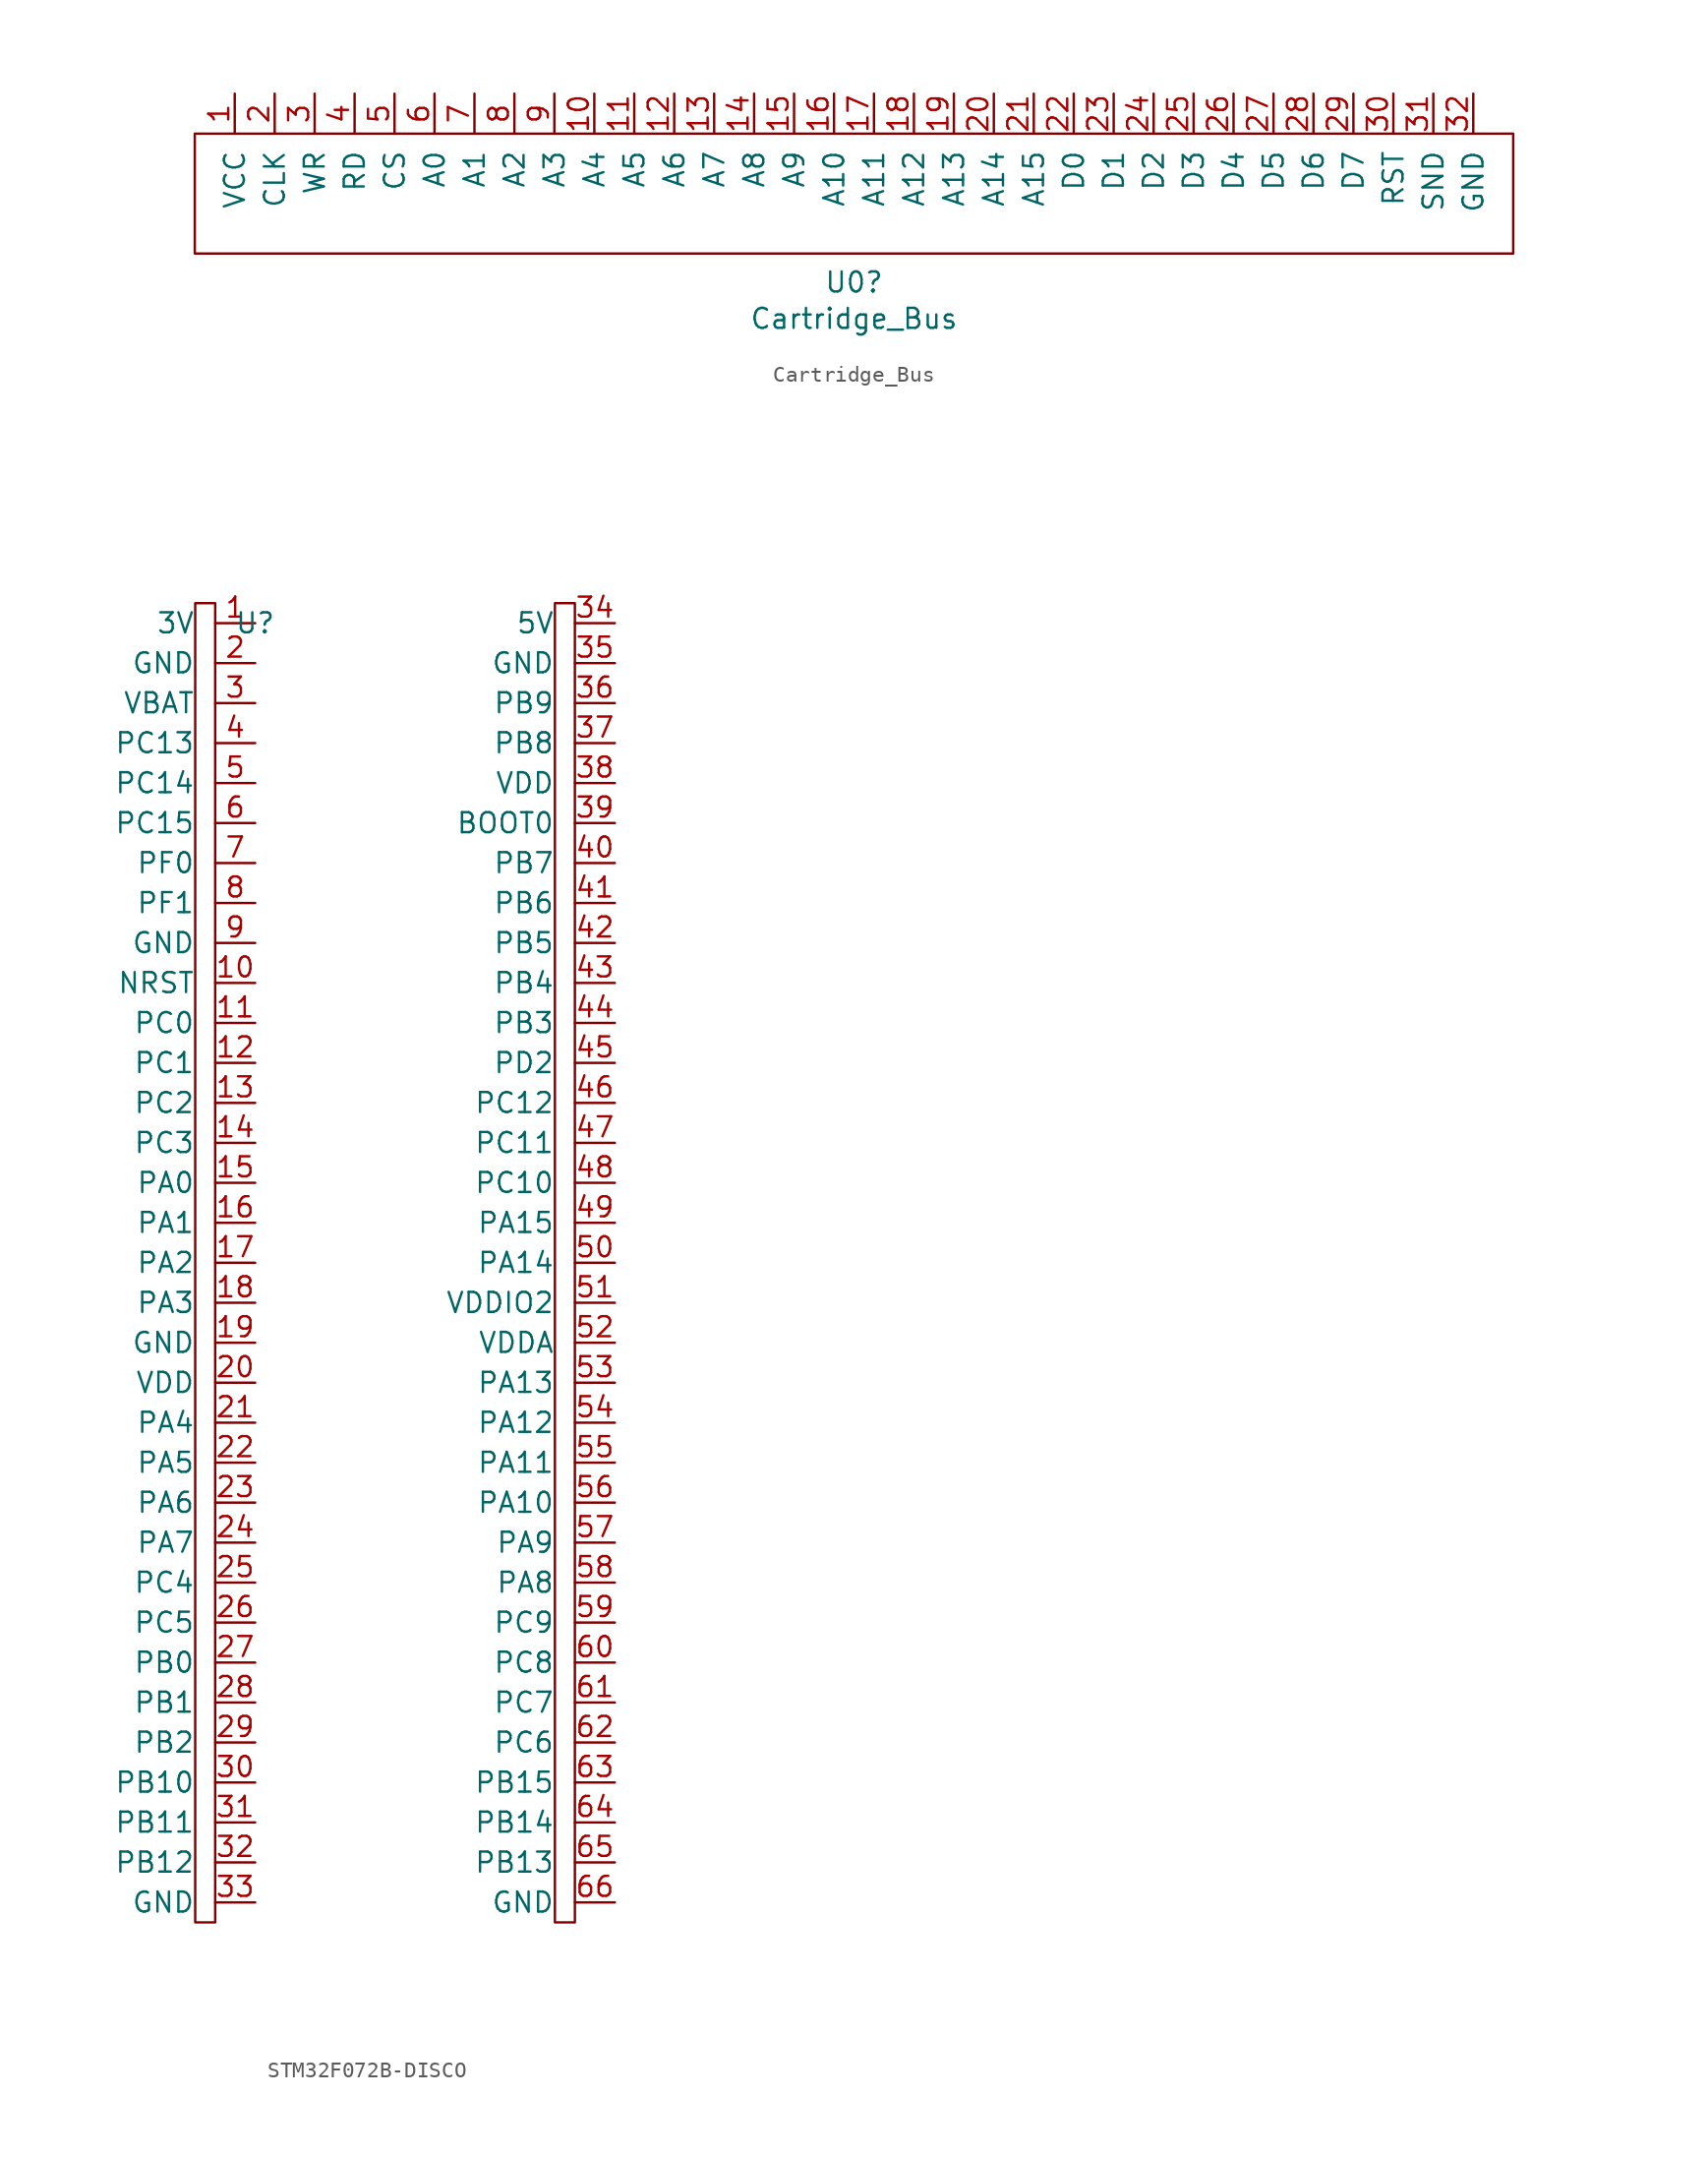
<source format=kicad_sym>
(kicad_symbol_lib
  (version 20241209)
  (generator "kicad_symbol_editor")
  (generator_version "9.0")
  (symbol "Cartridge_Bus"
    (pin_names
      (offset 1.016))
    (property "Reference" "U0"
      (at 24.13 -9.449 0)
      (effects (font (size 1.27 1.27))))
    (property "Value" "Cartridge_Bus"
      (at 24.13 -11.76 0)
      (effects (font (size 1.27 1.27))))
    (symbol "Cartridge_Bus_0_1"
      (rectangle (start 66.04 0) (end -17.78 -7.62) (stroke (width 0) (type default)) (fill (type none))))
    (symbol "Cartridge_Bus_1_1"
      (pin unspecified line (at -15.24 2.54 270) (length 2.54) (name "VCC" (effects (font (size 1.27 1.27)))) (number "1" (effects (font (size 1.27 1.27)))))
      (pin unspecified line (at -12.7 2.54 270) (length 2.54) (name "CLK~{}" (effects (font (size 1.27 1.27)))) (number "2" (effects (font (size 1.27 1.27)))))
      (pin unspecified line (at -10.16 2.54 270) (length 2.54) (name "WR" (effects (font (size 1.27 1.27)))) (number "3" (effects (font (size 1.27 1.27)))))
      (pin unspecified line (at -7.62 2.54 270) (length 2.54) (name "RD" (effects (font (size 1.27 1.27)))) (number "4" (effects (font (size 1.27 1.27)))))
      (pin unspecified line (at -5.08 2.54 270) (length 2.54) (name "CS" (effects (font (size 1.27 1.27)))) (number "5" (effects (font (size 1.27 1.27)))))
      (pin unspecified line (at -2.54 2.54 270) (length 2.54) (name "A0" (effects (font (size 1.27 1.27)))) (number "6" (effects (font (size 1.27 1.27)))))
      (pin unspecified line (at 0 2.54 270) (length 2.54) (name "A1" (effects (font (size 1.27 1.27)))) (number "7" (effects (font (size 1.27 1.27)))))
      (pin unspecified line (at 2.54 2.54 270) (length 2.54) (name "A2" (effects (font (size 1.27 1.27)))) (number "8" (effects (font (size 1.27 1.27)))))
      (pin unspecified line (at 5.08 2.54 270) (length 2.54) (name "A3" (effects (font (size 1.27 1.27)))) (number "9" (effects (font (size 1.27 1.27)))))
      (pin unspecified line (at 7.62 2.54 270) (length 2.54) (name "A4" (effects (font (size 1.27 1.27)))) (number "10" (effects (font (size 1.27 1.27)))))
      (pin unspecified line (at 10.16 2.54 270) (length 2.54) (name "A5" (effects (font (size 1.27 1.27)))) (number "11" (effects (font (size 1.27 1.27)))))
      (pin unspecified line (at 12.7 2.54 270) (length 2.54) (name "A6" (effects (font (size 1.27 1.27)))) (number "12" (effects (font (size 1.27 1.27)))))
      (pin unspecified line (at 15.24 2.54 270) (length 2.54) (name "A7" (effects (font (size 1.27 1.27)))) (number "13" (effects (font (size 1.27 1.27)))))
      (pin unspecified line (at 17.78 2.54 270) (length 2.54) (name "A8" (effects (font (size 1.27 1.27)))) (number "14" (effects (font (size 1.27 1.27)))))
      (pin unspecified line (at 20.32 2.54 270) (length 2.54) (name "A9" (effects (font (size 1.27 1.27)))) (number "15" (effects (font (size 1.27 1.27)))))
      (pin unspecified line (at 22.86 2.54 270) (length 2.54) (name "A10" (effects (font (size 1.27 1.27)))) (number "16" (effects (font (size 1.27 1.27)))))
      (pin unspecified line (at 25.4 2.54 270) (length 2.54) (name "A11" (effects (font (size 1.27 1.27)))) (number "17" (effects (font (size 1.27 1.27)))))
      (pin unspecified line (at 27.94 2.54 270) (length 2.54) (name "A12" (effects (font (size 1.27 1.27)))) (number "18" (effects (font (size 1.27 1.27)))))
      (pin unspecified line (at 30.48 2.54 270) (length 2.54) (name "A13" (effects (font (size 1.27 1.27)))) (number "19" (effects (font (size 1.27 1.27)))))
      (pin unspecified line (at 33.02 2.54 270) (length 2.54) (name "A14" (effects (font (size 1.27 1.27)))) (number "20" (effects (font (size 1.27 1.27)))))
      (pin unspecified line (at 35.56 2.54 270) (length 2.54) (name "A15" (effects (font (size 1.27 1.27)))) (number "21" (effects (font (size 1.27 1.27)))))
      (pin unspecified line (at 38.1 2.54 270) (length 2.54) (name "D0" (effects (font (size 1.27 1.27)))) (number "22" (effects (font (size 1.27 1.27)))))
      (pin unspecified line (at 40.64 2.54 270) (length 2.54) (name "D1" (effects (font (size 1.27 1.27)))) (number "23" (effects (font (size 1.27 1.27)))))
      (pin unspecified line (at 43.18 2.54 270) (length 2.54) (name "D2" (effects (font (size 1.27 1.27)))) (number "24" (effects (font (size 1.27 1.27)))))
      (pin unspecified line (at 45.72 2.54 270) (length 2.54) (name "D3" (effects (font (size 1.27 1.27)))) (number "25" (effects (font (size 1.27 1.27)))))
      (pin unspecified line (at 48.26 2.54 270) (length 2.54) (name "D4" (effects (font (size 1.27 1.27)))) (number "26" (effects (font (size 1.27 1.27)))))
      (pin unspecified line (at 50.8 2.54 270) (length 2.54) (name "D5" (effects (font (size 1.27 1.27)))) (number "27" (effects (font (size 1.27 1.27)))))
      (pin unspecified line (at 53.34 2.54 270) (length 2.54) (name "D6" (effects (font (size 1.27 1.27)))) (number "28" (effects (font (size 1.27 1.27)))))
      (pin unspecified line (at 55.88 2.54 270) (length 2.54) (name "D7" (effects (font (size 1.27 1.27)))) (number "29" (effects (font (size 1.27 1.27)))))
      (pin unspecified line (at 58.42 2.54 270) (length 2.54) (name "RST" (effects (font (size 1.27 1.27)))) (number "30" (effects (font (size 1.27 1.27)))))
      (pin unspecified line (at 60.96 2.54 270) (length 2.54) (name "SND" (effects (font (size 1.27 1.27)))) (number "31" (effects (font (size 1.27 1.27)))))
      (pin unspecified line (at 63.5 2.54 270) (length 2.54) (name "GND" (effects (font (size 1.27 1.27)))) (number "32" (effects (font (size 1.27 1.27)))))))
  (symbol "STM32F072B-DISCO"
    (pin_names
      (offset 1.27))
    (property "Reference" "U"
      (at 0 0 0)
      (effects (font (size 1.27 1.27))))
    (property "Value" ""
      (at 0 0 0)
      (effects (font (size 1.27 1.27))))
    (symbol "STM32F072B-DISCO_0_0"
      (pin power_out line (at 0 0 180) (length 2.54) (name "3V" (effects (font (size 1.27 1.27)))) (number "1" (effects (font (size 1.27 1.27)))))
      (pin passive line (at 0 -2.54 180) (length 2.54) (name "GND" (effects (font (size 1.27 1.27)))) (number "2" (effects (font (size 1.27 1.27)))))
      (pin power_in line (at 0 -5.08 180) (length 2.54) (name "VBAT" (effects (font (size 1.27 1.27)))) (number "3" (effects (font (size 1.27 1.27)))))
      (pin bidirectional line (at 0 -7.62 180) (length 2.54) (name "PC13" (effects (font (size 1.27 1.27)))) (number "4" (effects (font (size 1.27 1.27)))))
      (pin bidirectional line (at 0 -10.16 180) (length 2.54) (name "PC14" (effects (font (size 1.27 1.27)))) (number "5" (effects (font (size 1.27 1.27)))))
      (pin bidirectional line (at 0 -12.7 180) (length 2.54) (name "PC15" (effects (font (size 1.27 1.27)))) (number "6" (effects (font (size 1.27 1.27)))))
      (pin bidirectional line (at 0 -15.24 180) (length 2.54) (name "PF0" (effects (font (size 1.27 1.27)))) (number "7" (effects (font (size 1.27 1.27)))))
      (pin bidirectional line (at 0 -17.78 180) (length 2.54) (name "PF1" (effects (font (size 1.27 1.27)))) (number "8" (effects (font (size 1.27 1.27)))))
      (pin passive line (at 0 -20.32 180) (length 2.54) (name "GND" (effects (font (size 1.27 1.27)))) (number "9" (effects (font (size 1.27 1.27)))))
      (pin bidirectional line (at 0 -22.86 180) (length 2.54) (name "NRST" (effects (font (size 1.27 1.27)))) (number "10" (effects (font (size 1.27 1.27)))))
      (pin bidirectional line (at 0 -25.4 180) (length 2.54) (name "PC0" (effects (font (size 1.27 1.27)))) (number "11" (effects (font (size 1.27 1.27)))))
      (pin bidirectional line (at 0 -27.94 180) (length 2.54) (name "PC1" (effects (font (size 1.27 1.27)))) (number "12" (effects (font (size 1.27 1.27)))))
      (pin bidirectional line (at 0 -30.48 180) (length 2.54) (name "PC2" (effects (font (size 1.27 1.27)))) (number "13" (effects (font (size 1.27 1.27)))))
      (pin bidirectional line (at 0 -33.02 180) (length 2.54) (name "PC3" (effects (font (size 1.27 1.27)))) (number "14" (effects (font (size 1.27 1.27)))))
      (pin bidirectional line (at 0 -35.56 180) (length 2.54) (name "PA0" (effects (font (size 1.27 1.27)))) (number "15" (effects (font (size 1.27 1.27)))))
      (pin bidirectional line (at 0 -38.1 180) (length 2.54) (name "PA1" (effects (font (size 1.27 1.27)))) (number "16" (effects (font (size 1.27 1.27)))))
      (pin bidirectional line (at 0 -40.64 180) (length 2.54) (name "PA2" (effects (font (size 1.27 1.27)))) (number "17" (effects (font (size 1.27 1.27)))))
      (pin bidirectional line (at 0 -43.18 180) (length 2.54) (name "PA3" (effects (font (size 1.27 1.27)))) (number "18" (effects (font (size 1.27 1.27)))))
      (pin bidirectional line (at 0 -45.72 180) (length 2.54) (name "GND" (effects (font (size 1.27 1.27)))) (number "19" (effects (font (size 1.27 1.27)))))
      (pin power_in line (at 0 -48.26 180) (length 2.54) (name "VDD" (effects (font (size 1.27 1.27)))) (number "20" (effects (font (size 1.27 1.27)))))
      (pin bidirectional line (at 0 -50.8 180) (length 2.54) (name "PA4" (effects (font (size 1.27 1.27)))) (number "21" (effects (font (size 1.27 1.27)))))
      (pin bidirectional line (at 0 -53.34 180) (length 2.54) (name "PA5" (effects (font (size 1.27 1.27)))) (number "22" (effects (font (size 1.27 1.27)))))
      (pin bidirectional line (at 0 -55.88 180) (length 2.54) (name "PA6" (effects (font (size 1.27 1.27)))) (number "23" (effects (font (size 1.27 1.27)))))
      (pin bidirectional line (at 0 -58.42 180) (length 2.54) (name "PA7" (effects (font (size 1.27 1.27)))) (number "24" (effects (font (size 1.27 1.27)))))
      (pin bidirectional line (at 0 -60.96 180) (length 2.54) (name "PC4" (effects (font (size 1.27 1.27)))) (number "25" (effects (font (size 1.27 1.27)))))
      (pin bidirectional line (at 0 -63.5 180) (length 2.54) (name "PC5" (effects (font (size 1.27 1.27)))) (number "26" (effects (font (size 1.27 1.27)))))
      (pin bidirectional line (at 0 -66.04 180) (length 2.54) (name "PB0" (effects (font (size 1.27 1.27)))) (number "27" (effects (font (size 1.27 1.27)))))
      (pin bidirectional line (at 0 -68.58 180) (length 2.54) (name "PB1" (effects (font (size 1.27 1.27)))) (number "28" (effects (font (size 1.27 1.27)))))
      (pin bidirectional line (at 0 -71.12 180) (length 2.54) (name "PB2" (effects (font (size 1.27 1.27)))) (number "29" (effects (font (size 1.27 1.27)))))
      (pin bidirectional line (at 0 -73.66 180) (length 2.54) (name "PB10" (effects (font (size 1.27 1.27)))) (number "30" (effects (font (size 1.27 1.27)))))
      (pin bidirectional line (at 0 -76.2 180) (length 2.54) (name "PB11" (effects (font (size 1.27 1.27)))) (number "31" (effects (font (size 1.27 1.27)))))
      (pin bidirectional line (at 0 -78.74 180) (length 2.54) (name "PB12" (effects (font (size 1.27 1.27)))) (number "32" (effects (font (size 1.27 1.27)))))
      (pin passive line (at 0 -81.28 180) (length 2.54) (name "GND" (effects (font (size 1.27 1.27)))) (number "33" (effects (font (size 1.27 1.27)))))
      (pin power_out line (at 22.86 0 180) (length 2.54) (name "5V" (effects (font (size 1.27 1.27)))) (number "34" (effects (font (size 1.27 1.27)))))
      (pin passive line (at 22.86 -2.54 180) (length 2.54) (name "GND" (effects (font (size 1.27 1.27)))) (number "35" (effects (font (size 1.27 1.27)))))
      (pin bidirectional line (at 22.86 -5.08 180) (length 2.54) (name "PB9" (effects (font (size 1.27 1.27)))) (number "36" (effects (font (size 1.27 1.27)))))
      (pin bidirectional line (at 22.86 -7.62 180) (length 2.54) (name "PB8" (effects (font (size 1.27 1.27)))) (number "37" (effects (font (size 1.27 1.27)))))
      (pin power_in line (at 22.86 -10.16 180) (length 2.54) (name "VDD" (effects (font (size 1.27 1.27)))) (number "38" (effects (font (size 1.27 1.27)))))
      (pin bidirectional line (at 22.86 -12.7 180) (length 2.54) (name "BOOT0" (effects (font (size 1.27 1.27)))) (number "39" (effects (font (size 1.27 1.27)))))
      (pin bidirectional line (at 22.86 -15.24 180) (length 2.54) (name "PB7" (effects (font (size 1.27 1.27)))) (number "40" (effects (font (size 1.27 1.27)))))
      (pin bidirectional line (at 22.86 -17.78 180) (length 2.54) (name "PB6" (effects (font (size 1.27 1.27)))) (number "41" (effects (font (size 1.27 1.27)))))
      (pin bidirectional line (at 22.86 -20.32 180) (length 2.54) (name "PB5" (effects (font (size 1.27 1.27)))) (number "42" (effects (font (size 1.27 1.27)))))
      (pin bidirectional line (at 22.86 -22.86 180) (length 2.54) (name "PB4" (effects (font (size 1.27 1.27)))) (number "43" (effects (font (size 1.27 1.27)))))
      (pin bidirectional line (at 22.86 -25.4 180) (length 2.54) (name "PB3" (effects (font (size 1.27 1.27)))) (number "44" (effects (font (size 1.27 1.27)))))
      (pin bidirectional line (at 22.86 -27.94 180) (length 2.54) (name "PD2" (effects (font (size 1.27 1.27)))) (number "45" (effects (font (size 1.27 1.27)))))
      (pin bidirectional line (at 22.86 -30.48 180) (length 2.54) (name "PC12" (effects (font (size 1.27 1.27)))) (number "46" (effects (font (size 1.27 1.27)))))
      (pin bidirectional line (at 22.86 -33.02 180) (length 2.54) (name "PC11" (effects (font (size 1.27 1.27)))) (number "47" (effects (font (size 1.27 1.27)))))
      (pin bidirectional line (at 22.86 -35.56 180) (length 2.54) (name "PC10" (effects (font (size 1.27 1.27)))) (number "48" (effects (font (size 1.27 1.27)))))
      (pin bidirectional line (at 22.86 -38.1 180) (length 2.54) (name "PA15" (effects (font (size 1.27 1.27)))) (number "49" (effects (font (size 1.27 1.27)))))
      (pin bidirectional line (at 22.86 -40.64 180) (length 2.54) (name "PA14" (effects (font (size 1.27 1.27)))) (number "50" (effects (font (size 1.27 1.27)))))
      (pin power_in line (at 22.86 -43.18 180) (length 2.54) (name "VDDIO2" (effects (font (size 1.27 1.27)))) (number "51" (effects (font (size 1.27 1.27)))))
      (pin power_in line (at 22.86 -45.72 180) (length 2.54) (name "VDDA" (effects (font (size 1.27 1.27)))) (number "52" (effects (font (size 1.27 1.27)))))
      (pin bidirectional line (at 22.86 -48.26 180) (length 2.54) (name "PA13" (effects (font (size 1.27 1.27)))) (number "53" (effects (font (size 1.27 1.27)))))
      (pin bidirectional line (at 22.86 -50.8 180) (length 2.54) (name "PA12" (effects (font (size 1.27 1.27)))) (number "54" (effects (font (size 1.27 1.27)))))
      (pin bidirectional line (at 22.86 -53.34 180) (length 2.54) (name "PA11" (effects (font (size 1.27 1.27)))) (number "55" (effects (font (size 1.27 1.27)))))
      (pin bidirectional line (at 22.86 -55.88 180) (length 2.54) (name "PA10" (effects (font (size 1.27 1.27)))) (number "56" (effects (font (size 1.27 1.27)))))
      (pin bidirectional line (at 22.86 -58.42 180) (length 2.54) (name "PA9" (effects (font (size 1.27 1.27)))) (number "57" (effects (font (size 1.27 1.27)))))
      (pin bidirectional line (at 22.86 -60.96 180) (length 2.54) (name "PA8" (effects (font (size 1.27 1.27)))) (number "58" (effects (font (size 1.27 1.27)))))
      (pin bidirectional line (at 22.86 -63.5 180) (length 2.54) (name "PC9" (effects (font (size 1.27 1.27)))) (number "59" (effects (font (size 1.27 1.27)))))
      (pin bidirectional line (at 22.86 -66.04 180) (length 2.54) (name "PC8" (effects (font (size 1.27 1.27)))) (number "60" (effects (font (size 1.27 1.27)))))
      (pin bidirectional line (at 22.86 -68.58 180) (length 2.54) (name "PC7" (effects (font (size 1.27 1.27)))) (number "61" (effects (font (size 1.27 1.27)))))
      (pin bidirectional line (at 22.86 -71.12 180) (length 2.54) (name "PC6" (effects (font (size 1.27 1.27)))) (number "62" (effects (font (size 1.27 1.27)))))
      (pin bidirectional line (at 22.86 -73.66 180) (length 2.54) (name "PB15" (effects (font (size 1.27 1.27)))) (number "63" (effects (font (size 1.27 1.27)))))
      (pin bidirectional line (at 22.86 -76.2 180) (length 2.54) (name "PB14" (effects (font (size 1.27 1.27)))) (number "64" (effects (font (size 1.27 1.27)))))
      (pin bidirectional line (at 22.86 -78.74 180) (length 2.54) (name "PB13" (effects (font (size 1.27 1.27)))) (number "65" (effects (font (size 1.27 1.27)))))
      (pin passive line (at 22.86 -81.28 180) (length 2.54) (name "GND" (effects (font (size 1.27 1.27)))) (number "66" (effects (font (size 1.27 1.27))))))
    (symbol "STM32F072B-DISCO_0_1"
      (rectangle (start -3.81 1.27) (end -2.54 -82.55) (stroke (width 0) (type default)) (fill (type none)))
      (rectangle (start 19.05 1.27) (end 20.32 -82.55) (stroke (width 0) (type default)) (fill (type none))))))
</source>
